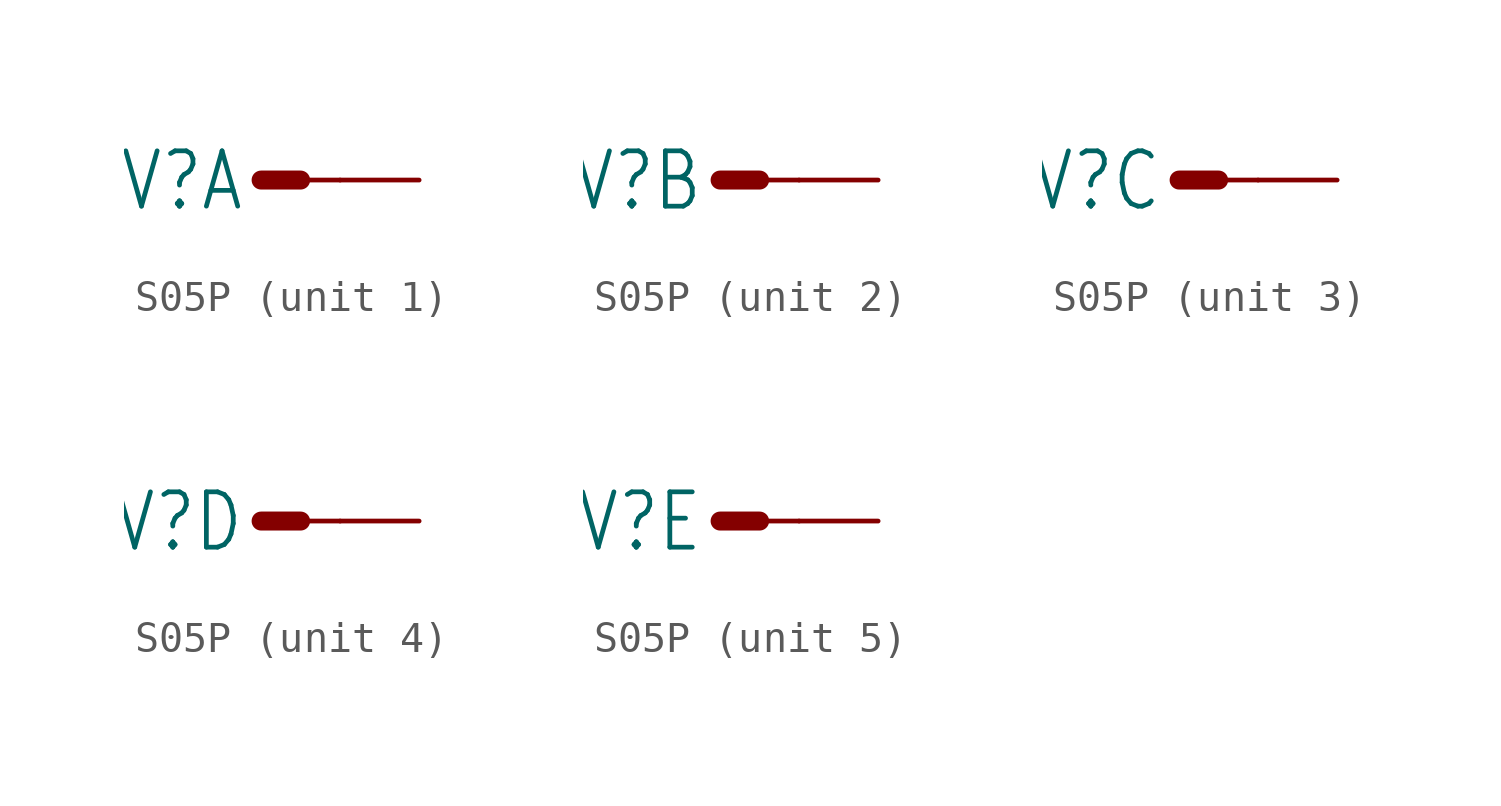
<source format=kicad_sym>
(kicad_symbol_lib
  (version 20220914)
  (generator kicad_symbol_editor)
  (symbol "S05P"
    (property "Reference" "SV"
      (at -0.508 1.016 0)
      (effects (font (size 1.778 1.511)) (justify right top)))
    (property "Value" ""
      (at 0.254 -2.413 0)
      (effects (font (size 1.778 1.511)) (justify left bottom)))
    (property "ki_locked" ""
      (at 0 0 0)
      (effects (font (size 1.27 1.27))))
    (symbol "S05P_1_0"
      (polyline (pts (xy 0 0) (xy 1.27 0)) (stroke (width 0.61) (type solid)) (fill (type none)))
      (polyline (pts (xy 1.27 0) (xy 2.54 0)) (stroke (width 0.152) (type solid)) (fill (type none)))
      (pin passive line (at 5.08 0 180) (length 2.54) (name "S" (effects (font (size 0 0)))) (number "1" (effects (font (size 0 0))))))
    (symbol "S05P_2_0"
      (polyline (pts (xy 0 0) (xy 1.27 0)) (stroke (width 0.61) (type solid)) (fill (type none)))
      (polyline (pts (xy 1.27 0) (xy 2.54 0)) (stroke (width 0.152) (type solid)) (fill (type none)))
      (pin passive line (at 5.08 0 180) (length 2.54) (name "S" (effects (font (size 0 0)))) (number "2" (effects (font (size 0 0))))))
    (symbol "S05P_3_0"
      (polyline (pts (xy 0 0) (xy 1.27 0)) (stroke (width 0.61) (type solid)) (fill (type none)))
      (polyline (pts (xy 1.27 0) (xy 2.54 0)) (stroke (width 0.152) (type solid)) (fill (type none)))
      (pin passive line (at 5.08 0 180) (length 2.54) (name "S" (effects (font (size 0 0)))) (number "3" (effects (font (size 0 0))))))
    (symbol "S05P_4_0"
      (polyline (pts (xy 0 0) (xy 1.27 0)) (stroke (width 0.61) (type solid)) (fill (type none)))
      (polyline (pts (xy 1.27 0) (xy 2.54 0)) (stroke (width 0.152) (type solid)) (fill (type none)))
      (pin passive line (at 5.08 0 180) (length 2.54) (name "S" (effects (font (size 0 0)))) (number "4" (effects (font (size 0 0))))))
    (symbol "S05P_5_0"
      (polyline (pts (xy 0 0) (xy 1.27 0)) (stroke (width 0.61) (type solid)) (fill (type none)))
      (polyline (pts (xy 1.27 0) (xy 2.54 0)) (stroke (width 0.152) (type solid)) (fill (type none)))
      (pin passive line (at 5.08 0 180) (length 2.54) (name "S" (effects (font (size 0 0)))) (number "5" (effects (font (size 0 0))))))))
</source>
